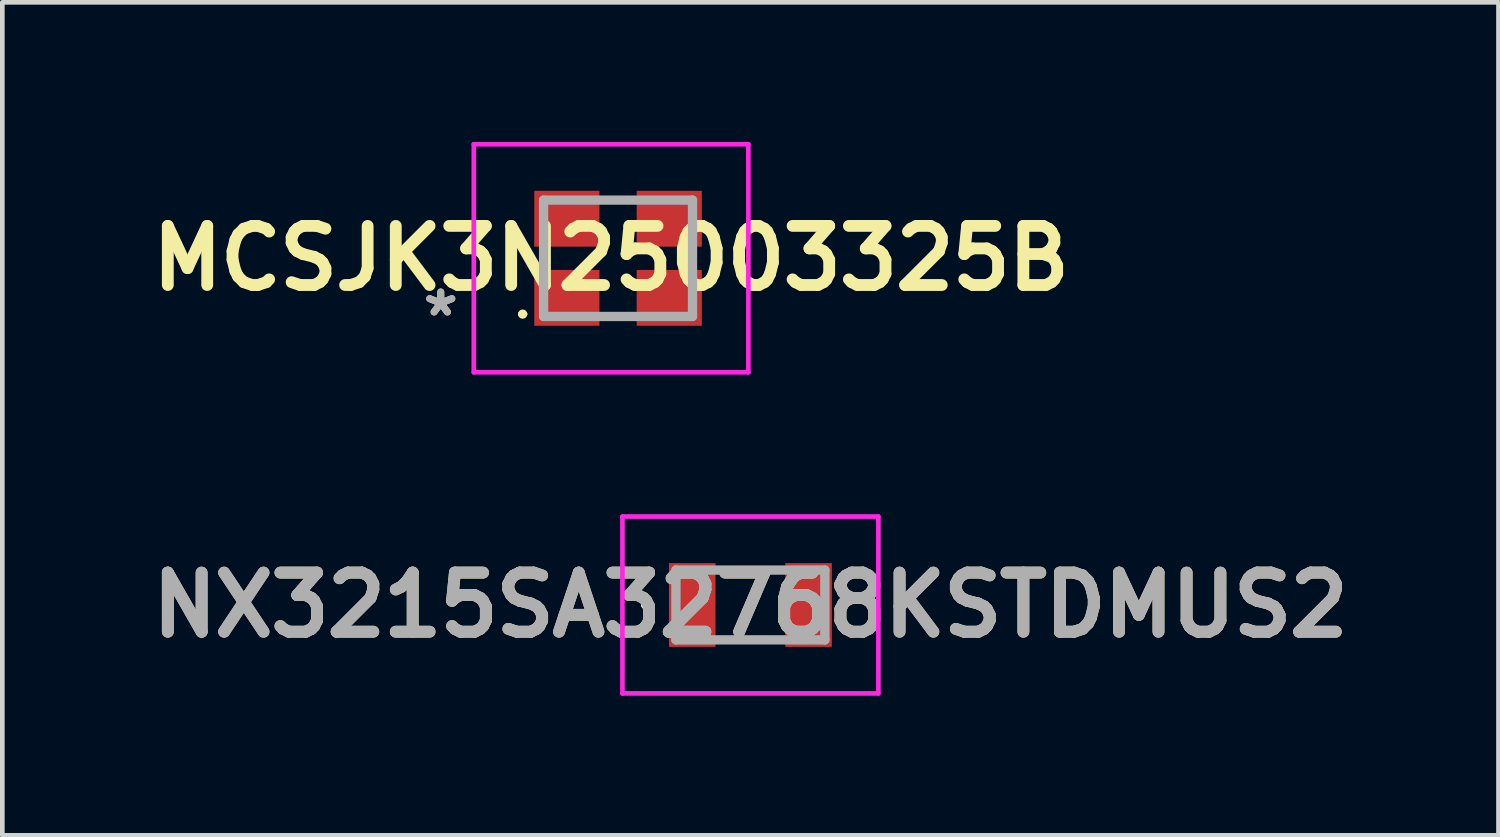
<source format=kicad_pcb>
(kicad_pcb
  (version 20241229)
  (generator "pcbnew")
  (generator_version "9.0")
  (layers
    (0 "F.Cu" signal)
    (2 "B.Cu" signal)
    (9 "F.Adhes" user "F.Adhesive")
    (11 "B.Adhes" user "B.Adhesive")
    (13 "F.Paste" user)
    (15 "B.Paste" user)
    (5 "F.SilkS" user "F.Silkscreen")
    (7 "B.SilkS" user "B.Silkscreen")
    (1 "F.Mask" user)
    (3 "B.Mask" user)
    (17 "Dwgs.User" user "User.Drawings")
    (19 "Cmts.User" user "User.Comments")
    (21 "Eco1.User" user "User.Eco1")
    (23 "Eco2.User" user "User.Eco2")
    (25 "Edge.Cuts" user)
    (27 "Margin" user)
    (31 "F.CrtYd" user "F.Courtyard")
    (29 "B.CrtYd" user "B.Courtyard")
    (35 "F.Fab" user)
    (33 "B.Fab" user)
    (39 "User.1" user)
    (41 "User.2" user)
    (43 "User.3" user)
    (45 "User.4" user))
  (footprint "MCSJK3N25003325B"
    (layer "F.Cu")
    (at 10.231 2.5)
    (property "Reference" "MCSJK3N25003325B" (at -0.15 0 0) (layer "F.SilkS") (effects (font (size 1.27 1.27) (thickness 0.254))))
    (attr smd)
    (fp_line (start -2.1 1.2) (end -2.1 1.2) (stroke (width 0.1) (type solid)) (layer "F.SilkS"))
    (fp_line (start -2 1.2) (end -2 1.2) (stroke (width 0.1) (type solid)) (layer "F.SilkS"))
    (fp_line (start -1.6 -0.2) (end -1.6 0.2) (stroke (width 0.1) (type solid)) (layer "F.SilkS"))
    (fp_line (start -0.3 -1.25) (end 0.3 -1.25) (stroke (width 0.1) (type solid)) (layer "F.SilkS"))
    (fp_line (start -0.3 1.25) (end 0.3 1.25) (stroke (width 0.1) (type solid)) (layer "F.SilkS"))
    (fp_line (start 1.6 -0.1) (end 1.6 0.1) (stroke (width 0.1) (type solid)) (layer "F.SilkS"))
    (fp_arc (start -2.1 1.2) (mid -2.05 1.15) (end -2 1.2) (stroke (width 0.1) (type solid)) (layer "F.SilkS"))
    (fp_arc (start -2 1.2) (mid -2.05 1.25) (end -2.1 1.2) (stroke (width 0.1) (type solid)) (layer "F.SilkS"))
    (fp_line (start -3.1 -2.45) (end 2.8 -2.45) (stroke (width 0.1) (type solid)) (layer "F.CrtYd"))
    (fp_line (start -3.1 2.45) (end -3.1 -2.45) (stroke (width 0.1) (type solid)) (layer "F.CrtYd"))
    (fp_line (start 2.8 -2.45) (end 2.8 2.45) (stroke (width 0.1) (type solid)) (layer "F.CrtYd"))
    (fp_line (start 2.8 2.45) (end -3.1 2.45) (stroke (width 0.1) (type solid)) (layer "F.CrtYd"))
    (fp_line (start -1.6 -1.25) (end 1.6 -1.25) (stroke (width 0.2) (type solid)) (layer "F.Fab"))
    (fp_line (start -1.6 1.25) (end -1.6 -1.25) (stroke (width 0.2) (type solid)) (layer "F.Fab"))
    (fp_line (start 1.6 -1.25) (end 1.6 1.25) (stroke (width 0.2) (type solid)) (layer "F.Fab"))
    (fp_line (start 1.6 1.25) (end -1.6 1.25) (stroke (width 0.2) (type solid)) (layer "F.Fab"))
    (fp_text user "*" (at -3.81 1.27 0) (layer "F.SilkS") (effects (font (size 1 1) (thickness 0.15))))
    (fp_text user "*" (at -3.81 1.27 0) (layer "F.Fab") (effects (font (size 1 1) (thickness 0.15))))
    (pad "1" smd rect (at -1.1 0.85 90) (size 1.2 1.4) (layers "F.Cu" "F.Mask" "F.Paste"))
    (pad "2" smd rect (at 1.1 0.85 90) (size 1.2 1.4) (layers "F.Cu" "F.Mask" "F.Paste"))
    (pad "3" smd rect (at 1.1 -0.85 90) (size 1.2 1.4) (layers "F.Cu" "F.Mask" "F.Paste"))
    (pad "4" smd rect (at -1.1 -0.85 90) (size 1.2 1.4) (layers "F.Cu" "F.Mask" "F.Paste")))
  (footprint "NX3215SA32768KSTDMUS2"
    (layer "F.Cu")
    (at 13.075 9.95)
    (property "Reference" "NX3215SA32768KSTDMUS2" (at 0 0 0) (layer "F.SilkS") (effects (font (size 1.27 1.27) (thickness 0.254))))
    (attr smd)
    (fp_line (start -2.3 0) (end -2.3 0) (stroke (width 0.1) (type solid)) (layer "F.SilkS"))
    (fp_line (start -2.2 0) (end -2.2 0) (stroke (width 0.1) (type solid)) (layer "F.SilkS"))
    (fp_line (start -0.4 -0.75) (end 0.4 -0.75) (stroke (width 0.1) (type solid)) (layer "F.SilkS"))
    (fp_line (start -0.4 0.75) (end 0.4 0.75) (stroke (width 0.1) (type solid)) (layer "F.SilkS"))
    (fp_arc (start -2.3 0) (mid -2.25 -0.05) (end -2.2 0) (stroke (width 0.1) (type solid)) (layer "F.SilkS"))
    (fp_arc (start -2.2 0) (mid -2.25 0.05) (end -2.3 0) (stroke (width 0.1) (type solid)) (layer "F.SilkS"))
    (fp_line (start -2.75 -1.9) (end 2.75 -1.9) (stroke (width 0.1) (type solid)) (layer "F.CrtYd"))
    (fp_line (start -2.75 1.9) (end -2.75 -1.9) (stroke (width 0.1) (type solid)) (layer "F.CrtYd"))
    (fp_line (start 2.75 -1.9) (end 2.75 1.9) (stroke (width 0.1) (type solid)) (layer "F.CrtYd"))
    (fp_line (start 2.75 1.9) (end -2.75 1.9) (stroke (width 0.1) (type solid)) (layer "F.CrtYd"))
    (fp_line (start -1.6 -0.75) (end 1.6 -0.75) (stroke (width 0.2) (type solid)) (layer "F.Fab"))
    (fp_line (start -1.6 0.75) (end -1.6 -0.75) (stroke (width 0.2) (type solid)) (layer "F.Fab"))
    (fp_line (start 1.6 -0.75) (end 1.6 0.75) (stroke (width 0.2) (type solid)) (layer "F.Fab"))
    (fp_line (start 1.6 0.75) (end -1.6 0.75) (stroke (width 0.2) (type solid)) (layer "F.Fab"))
    (fp_text user "${REFERENCE}" (at 0 0 0) (layer "F.Fab") (effects (font (size 1.27 1.27) (thickness 0.254))))
    (pad "1" smd rect (at -1.25 0) (size 1 1.8) (layers "F.Cu" "F.Mask" "F.Paste"))
    (pad "2" smd rect (at 1.25 0) (size 1 1.8) (layers "F.Cu" "F.Mask" "F.Paste")))
  (gr_rect
    (start -3 -3)
    (end 29.15 14.9)
    (stroke (width 0.1) (type default))
    (fill no)
    (layer "Edge.Cuts")))
</source>
